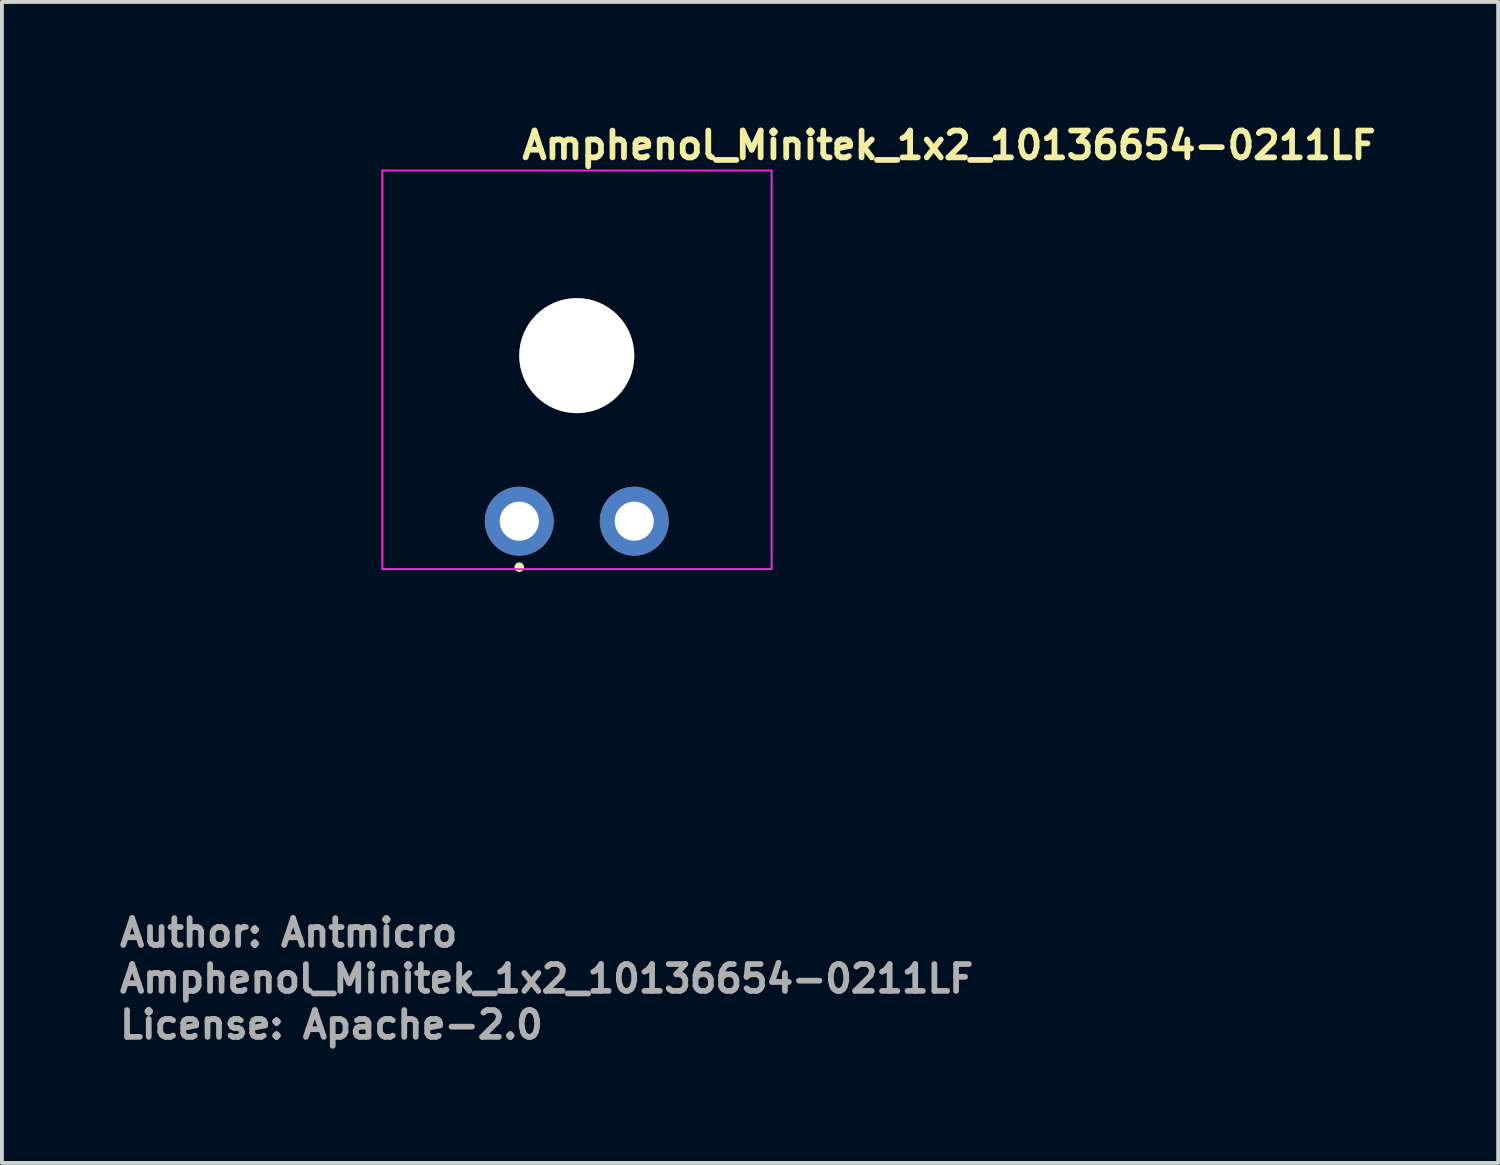
<source format=kicad_pcb>
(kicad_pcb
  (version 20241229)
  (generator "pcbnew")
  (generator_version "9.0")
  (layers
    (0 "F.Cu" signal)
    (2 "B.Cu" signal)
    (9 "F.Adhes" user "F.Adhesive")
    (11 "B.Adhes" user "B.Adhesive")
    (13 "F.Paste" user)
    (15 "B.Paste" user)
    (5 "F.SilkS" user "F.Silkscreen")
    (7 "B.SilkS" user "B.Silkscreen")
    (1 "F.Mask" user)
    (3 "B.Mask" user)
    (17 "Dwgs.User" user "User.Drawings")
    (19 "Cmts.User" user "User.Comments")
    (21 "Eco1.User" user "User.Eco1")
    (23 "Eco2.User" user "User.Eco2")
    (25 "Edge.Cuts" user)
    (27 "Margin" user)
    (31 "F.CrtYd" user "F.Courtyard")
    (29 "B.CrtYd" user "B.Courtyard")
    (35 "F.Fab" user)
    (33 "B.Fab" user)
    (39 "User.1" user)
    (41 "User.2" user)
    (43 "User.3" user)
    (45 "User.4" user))
  (footprint "Amphenol_Minitek_1x2_10136654-0211LF"
    (layer "F.Cu")
    (at 10.5 10.55)
    (property "Reference" "Amphenol_Minitek_1x2_10136654-0211LF" (at 0 -9.4 0) (layer "F.SilkS") (effects (font (size 0.7 0.7) (thickness 0.15)) (justify left bottom)))
    (attr through_hole)
    (fp_circle (center 0 1.2) (end -0.05 1.2) (stroke (width 0.15) (type solid)) (fill yes) (layer "F.SilkS"))
    (fp_rect (start 6.585 1.25) (end -3.575 -9.15) (stroke (width 0.05) (type solid)) (fill no) (layer "F.CrtYd"))
    (fp_rect (start 6.326 1) (end -3.325 -8.9) (stroke (width 0.1) (type solid)) (fill no) (layer "User.5"))
    (fp_line (start -3.325 -7.53) (end -3.325 -0.9) (stroke (width 0.02) (type solid)) (layer "User.9"))
    (fp_line (start -3.325 -0.9) (end -2.375 -0.9) (stroke (width 0.02) (type solid)) (layer "User.9"))
    (fp_line (start -3.325 1) (end -3.325 -0.9) (stroke (width 0.02) (type solid)) (layer "User.9"))
    (fp_line (start -2.375 -8.48) (end -3.325 -7.53) (stroke (width 0.02) (type solid)) (layer "User.9"))
    (fp_line (start -2.375 -0.9) (end -2.375 -8.48) (stroke (width 0.02) (type solid)) (layer "User.9"))
    (fp_line (start -2.375 -0.9) (end -2.375 1) (stroke (width 0.02) (type solid)) (layer "User.9"))
    (fp_line (start -2.375 -0.9) (end 0 -0.9) (stroke (width 0.02) (type solid)) (layer "User.9"))
    (fp_line (start -2.375 1) (end -3.325 1) (stroke (width 0.02) (type solid)) (layer "User.9"))
    (fp_line (start -1.955 -8.9) (end -2.375 -8.48) (stroke (width 0.02) (type solid)) (layer "User.9"))
    (fp_line (start -1.955 -8.9) (end 4.955 -8.9) (stroke (width 0.02) (type solid)) (layer "User.9"))
    (fp_line (start -0.35 -0.32) (end 0.351 -0.32) (stroke (width 0.02) (type solid)) (layer "User.9"))
    (fp_line (start -0.35 0.25) (end -0.319 0.25) (stroke (width 0.02) (type solid)) (layer "User.9"))
    (fp_line (start -0.35 1) (end -2.375 1) (stroke (width 0.02) (type solid)) (layer "User.9"))
    (fp_line (start -0.35 1) (end -0.35 -0.32) (stroke (width 0.02) (type solid)) (layer "User.9"))
    (fp_line (start -0.319 -0.3) (end -0.175 -0.15) (stroke (width 0.02) (type solid)) (layer "User.9"))
    (fp_line (start -0.319 0.34) (end -0.319 -0.3) (stroke (width 0.02) (type solid)) (layer "User.9"))
    (fp_line (start -0.319 0.34) (end 0.32 0.34) (stroke (width 0.02) (type solid)) (layer "User.9"))
    (fp_line (start -0.175 -0.15) (end 0.175 -0.15) (stroke (width 0.02) (type solid)) (layer "User.9"))
    (fp_line (start -0.175 0.19) (end -0.319 0.34) (stroke (width 0.02) (type solid)) (layer "User.9"))
    (fp_line (start -0.175 0.19) (end -0.175 -0.15) (stroke (width 0.02) (type solid)) (layer "User.9"))
    (fp_line (start -0.09 -4.3) (end -0.088 -4.233) (stroke (width 0.02) (type solid)) (layer "User.9"))
    (fp_line (start -0.088 -4.366) (end -0.09 -4.3) (stroke (width 0.02) (type solid)) (layer "User.9"))
    (fp_line (start -0.088 -4.233) (end -0.085 -4.166) (stroke (width 0.02) (type solid)) (layer "User.9"))
    (fp_line (start -0.085 -4.433) (end -0.088 -4.366) (stroke (width 0.02) (type solid)) (layer "User.9"))
    (fp_line (start -0.085 -4.166) (end -0.078 -4.1) (stroke (width 0.02) (type solid)) (layer "User.9"))
    (fp_line (start -0.078 -4.499) (end -0.085 -4.433) (stroke (width 0.02) (type solid)) (layer "User.9"))
    (fp_line (start -0.078 -4.1) (end -0.07 -4.035) (stroke (width 0.02) (type solid)) (layer "User.9"))
    (fp_line (start -0.07 -4.565) (end -0.078 -4.499) (stroke (width 0.02) (type solid)) (layer "User.9"))
    (fp_line (start -0.07 -4.035) (end -0.059 -3.969) (stroke (width 0.02) (type solid)) (layer "User.9"))
    (fp_line (start -0.059 -4.63) (end -0.07 -4.565) (stroke (width 0.02) (type solid)) (layer "User.9"))
    (fp_line (start -0.059 -3.969) (end -0.045 -3.904) (stroke (width 0.02) (type solid)) (layer "User.9"))
    (fp_line (start -0.045 -4.695) (end -0.059 -4.63) (stroke (width 0.02) (type solid)) (layer "User.9"))
    (fp_line (start -0.045 -3.904) (end -0.03 -3.84) (stroke (width 0.02) (type solid)) (layer "User.9"))
    (fp_line (start -0.03 -4.759) (end -0.045 -4.695) (stroke (width 0.02) (type solid)) (layer "User.9"))
    (fp_line (start -0.03 -3.84) (end -0.011 -3.777) (stroke (width 0.02) (type solid)) (layer "User.9"))
    (fp_line (start -0.011 -4.822) (end -0.03 -4.759) (stroke (width 0.02) (type solid)) (layer "User.9"))
    (fp_line (start -0.011 -3.777) (end 0.009 -3.714) (stroke (width 0.02) (type solid)) (layer "User.9"))
    (fp_line (start 0 -7.4) (end 1.101 -7.4) (stroke (width 0.02) (type solid)) (layer "User.9"))
    (fp_line (start 0 -4.86) (end 0 -7.4) (stroke (width 0.02) (type solid)) (layer "User.9"))
    (fp_line (start 0 -0.9) (end 0 -3.739) (stroke (width 0.02) (type solid)) (layer "User.9"))
    (fp_line (start 0.009 -4.885) (end -0.011 -4.822) (stroke (width 0.02) (type solid)) (layer "User.9"))
    (fp_line (start 0.009 -3.714) (end 0.032 -3.652) (stroke (width 0.02) (type solid)) (layer "User.9"))
    (fp_line (start 0.032 -4.947) (end 0.009 -4.885) (stroke (width 0.02) (type solid)) (layer "User.9"))
    (fp_line (start 0.032 -3.652) (end 0.057 -3.591) (stroke (width 0.02) (type solid)) (layer "User.9"))
    (fp_line (start 0.057 -5.008) (end 0.032 -4.947) (stroke (width 0.02) (type solid)) (layer "User.9"))
    (fp_line (start 0.057 -3.591) (end 0.084 -3.53) (stroke (width 0.02) (type solid)) (layer "User.9"))
    (fp_line (start 0.084 -5.069) (end 0.057 -5.008) (stroke (width 0.02) (type solid)) (layer "User.9"))
    (fp_line (start 0.084 -3.53) (end 0.114 -3.471) (stroke (width 0.02) (type solid)) (layer "User.9"))
    (fp_line (start 0.114 -5.128) (end 0.084 -5.069) (stroke (width 0.02) (type solid)) (layer "User.9"))
    (fp_line (start 0.114 -3.471) (end 0.146 -3.413) (stroke (width 0.02) (type solid)) (layer "User.9"))
    (fp_line (start 0.146 -5.186) (end 0.114 -5.128) (stroke (width 0.02) (type solid)) (layer "User.9"))
    (fp_line (start 0.146 -3.413) (end 0.18 -3.356) (stroke (width 0.02) (type solid)) (layer "User.9"))
    (fp_line (start 0.175 -0.15) (end 0.32 -0.3) (stroke (width 0.02) (type solid)) (layer "User.9"))
    (fp_line (start 0.175 0.19) (end -0.175 0.19) (stroke (width 0.02) (type solid)) (layer "User.9"))
    (fp_line (start 0.175 0.19) (end 0.175 -0.15) (stroke (width 0.02) (type solid)) (layer "User.9"))
    (fp_line (start 0.18 -5.243) (end 0.146 -5.186) (stroke (width 0.02) (type solid)) (layer "User.9"))
    (fp_line (start 0.18 -3.356) (end 0.216 -3.3) (stroke (width 0.02) (type solid)) (layer "User.9"))
    (fp_line (start 0.216 -5.3) (end 0.18 -5.243) (stroke (width 0.02) (type solid)) (layer "User.9"))
    (fp_line (start 0.216 -5.3) (end 0.261 -5.216) (stroke (width 0.02) (type solid)) (layer "User.9"))
    (fp_line (start 0.216 -3.299) (end 1.101 -3.299) (stroke (width 0.02) (type solid)) (layer "User.9"))
    (fp_line (start 0.261 -5.216) (end 0.306 -5.135) (stroke (width 0.02) (type solid)) (layer "User.9"))
    (fp_line (start 0.261 -3.383) (end 0.216 -3.299) (stroke (width 0.02) (type solid)) (layer "User.9"))
    (fp_line (start 0.306 -5.135) (end 0.351 -5.057) (stroke (width 0.02) (type solid)) (layer "User.9"))
    (fp_line (start 0.306 -3.464) (end 0.261 -3.383) (stroke (width 0.02) (type solid)) (layer "User.9"))
    (fp_line (start 0.32 -0.3) (end -0.319 -0.3) (stroke (width 0.02) (type solid)) (layer "User.9"))
    (fp_line (start 0.32 0.25) (end 0.351 0.25) (stroke (width 0.02) (type solid)) (layer "User.9"))
    (fp_line (start 0.32 0.34) (end 0.175 0.19) (stroke (width 0.02) (type solid)) (layer "User.9"))
    (fp_line (start 0.32 0.34) (end 0.32 -0.3) (stroke (width 0.02) (type solid)) (layer "User.9"))
    (fp_line (start 0.351 -5.057) (end 0.396 -4.981) (stroke (width 0.02) (type solid)) (layer "User.9"))
    (fp_line (start 0.351 -0.32) (end 0.351 1) (stroke (width 0.02) (type solid)) (layer "User.9"))
    (fp_line (start 0.351 1) (end 2.65 1) (stroke (width 0.02) (type solid)) (layer "User.9"))
    (fp_line (start 0.352 -3.543) (end 0.306 -3.464) (stroke (width 0.02) (type solid)) (layer "User.9"))
    (fp_line (start 0.396 -4.981) (end 0.442 -4.907) (stroke (width 0.02) (type solid)) (layer "User.9"))
    (fp_line (start 0.397 -3.619) (end 0.352 -3.543) (stroke (width 0.02) (type solid)) (layer "User.9"))
    (fp_line (start 0.442 -4.907) (end 0.488 -4.835) (stroke (width 0.02) (type solid)) (layer "User.9"))
    (fp_line (start 0.443 -3.693) (end 0.397 -3.619) (stroke (width 0.02) (type solid)) (layer "User.9"))
    (fp_line (start 0.488 -4.835) (end 0.534 -4.766) (stroke (width 0.02) (type solid)) (layer "User.9"))
    (fp_line (start 0.488 -3.764) (end 0.443 -3.693) (stroke (width 0.02) (type solid)) (layer "User.9"))
    (fp_line (start 0.51 -4.3) (end 0.512 -4.249) (stroke (width 0.02) (type solid)) (layer "User.9"))
    (fp_line (start 0.512 -4.35) (end 0.51 -4.3) (stroke (width 0.02) (type solid)) (layer "User.9"))
    (fp_line (start 0.512 -4.249) (end 0.515 -4.198) (stroke (width 0.02) (type solid)) (layer "User.9"))
    (fp_line (start 0.515 -4.401) (end 0.512 -4.35) (stroke (width 0.02) (type solid)) (layer "User.9"))
    (fp_line (start 0.515 -4.198) (end 0.52 -4.148) (stroke (width 0.02) (type solid)) (layer "User.9"))
    (fp_line (start 0.52 -4.451) (end 0.515 -4.401) (stroke (width 0.02) (type solid)) (layer "User.9"))
    (fp_line (start 0.52 -4.148) (end 0.528 -4.097) (stroke (width 0.02) (type solid)) (layer "User.9"))
    (fp_line (start 0.528 -4.502) (end 0.52 -4.451) (stroke (width 0.02) (type solid)) (layer "User.9"))
    (fp_line (start 0.528 -4.097) (end 0.538 -4.046) (stroke (width 0.02) (type solid)) (layer "User.9"))
    (fp_line (start 0.534 -4.766) (end 0.58 -4.7) (stroke (width 0.02) (type solid)) (layer "User.9"))
    (fp_line (start 0.534 -3.833) (end 0.488 -3.764) (stroke (width 0.02) (type solid)) (layer "User.9"))
    (fp_line (start 0.538 -4.552) (end 0.528 -4.502) (stroke (width 0.02) (type solid)) (layer "User.9"))
    (fp_line (start 0.538 -4.046) (end 0.549 -3.998) (stroke (width 0.02) (type solid)) (layer "User.9"))
    (fp_line (start 0.549 -4.601) (end 0.538 -4.552) (stroke (width 0.02) (type solid)) (layer "User.9"))
    (fp_line (start 0.549 -3.998) (end 0.563 -3.948) (stroke (width 0.02) (type solid)) (layer "User.9"))
    (fp_line (start 0.563 -4.651) (end 0.549 -4.601) (stroke (width 0.02) (type solid)) (layer "User.9"))
    (fp_line (start 0.563 -3.948) (end 0.58 -3.9) (stroke (width 0.02) (type solid)) (layer "User.9"))
    (fp_line (start 0.58 -4.7) (end 0.563 -4.651) (stroke (width 0.02) (type solid)) (layer "User.9"))
    (fp_line (start 0.58 -3.9) (end 0.534 -3.833) (stroke (width 0.02) (type solid)) (layer "User.9"))
    (fp_line (start 1.101 -7.4) (end 1.101 -5.3) (stroke (width 0.02) (type solid)) (layer "User.9"))
    (fp_line (start 1.101 -5.3) (end 0.216 -5.3) (stroke (width 0.02) (type solid)) (layer "User.9"))
    (fp_line (start 1.101 -4.7) (end 0.58 -4.7) (stroke (width 0.02) (type solid)) (layer "User.9"))
    (fp_line (start 1.101 -4.7) (end 1.101 -5.3) (stroke (width 0.02) (type solid)) (layer "User.9"))
    (fp_line (start 1.101 -4.7) (end 1.101 -3.9) (stroke (width 0.02) (type solid)) (layer "User.9"))
    (fp_line (start 1.101 -3.9) (end 0.58 -3.9) (stroke (width 0.02) (type solid)) (layer "User.9"))
    (fp_line (start 1.101 -3.299) (end 1.101 -3.9) (stroke (width 0.02) (type solid)) (layer "User.9"))
    (fp_line (start 1.101 -3.299) (end 1.101 -0.9) (stroke (width 0.02) (type solid)) (layer "User.9"))
    (fp_line (start 1.101 -0.9) (end 0 -0.9) (stroke (width 0.02) (type solid)) (layer "User.9"))
    (fp_line (start 1.101 -0.9) (end 1.9 -0.9) (stroke (width 0.02) (type solid)) (layer "User.9"))
    (fp_line (start 1.9 -7.4) (end 3 -7.4) (stroke (width 0.02) (type solid)) (layer "User.9"))
    (fp_line (start 1.9 -5.3) (end 1.9 -7.4) (stroke (width 0.02) (type solid)) (layer "User.9"))
    (fp_line (start 1.9 -4.7) (end 1.9 -5.3) (stroke (width 0.02) (type solid)) (layer "User.9"))
    (fp_line (start 1.9 -4.7) (end 2.421 -4.7) (stroke (width 0.02) (type solid)) (layer "User.9"))
    (fp_line (start 1.9 -3.9) (end 1.9 -4.7) (stroke (width 0.02) (type solid)) (layer "User.9"))
    (fp_line (start 1.9 -3.9) (end 2.421 -3.9) (stroke (width 0.02) (type solid)) (layer "User.9"))
    (fp_line (start 1.9 -3.299) (end 1.9 -3.9) (stroke (width 0.02) (type solid)) (layer "User.9"))
    (fp_line (start 1.9 -3.299) (end 2.785 -3.299) (stroke (width 0.02) (type solid)) (layer "User.9"))
    (fp_line (start 1.9 -0.9) (end 1.9 -3.299) (stroke (width 0.02) (type solid)) (layer "User.9"))
    (fp_line (start 2.421 -3.9) (end 2.437 -3.948) (stroke (width 0.02) (type solid)) (layer "User.9"))
    (fp_line (start 2.421 -3.9) (end 2.467 -3.833) (stroke (width 0.02) (type solid)) (layer "User.9"))
    (fp_line (start 2.437 -4.651) (end 2.421 -4.7) (stroke (width 0.02) (type solid)) (layer "User.9"))
    (fp_line (start 2.437 -3.948) (end 2.452 -3.998) (stroke (width 0.02) (type solid)) (layer "User.9"))
    (fp_line (start 2.452 -4.601) (end 2.437 -4.651) (stroke (width 0.02) (type solid)) (layer "User.9"))
    (fp_line (start 2.452 -3.998) (end 2.463 -4.046) (stroke (width 0.02) (type solid)) (layer "User.9"))
    (fp_line (start 2.463 -4.552) (end 2.452 -4.601) (stroke (width 0.02) (type solid)) (layer "User.9"))
    (fp_line (start 2.463 -4.046) (end 2.473 -4.097) (stroke (width 0.02) (type solid)) (layer "User.9"))
    (fp_line (start 2.467 -4.766) (end 2.421 -4.7) (stroke (width 0.02) (type solid)) (layer "User.9"))
    (fp_line (start 2.467 -3.833) (end 2.513 -3.764) (stroke (width 0.02) (type solid)) (layer "User.9"))
    (fp_line (start 2.473 -4.502) (end 2.463 -4.552) (stroke (width 0.02) (type solid)) (layer "User.9"))
    (fp_line (start 2.473 -4.097) (end 2.481 -4.148) (stroke (width 0.02) (type solid)) (layer "User.9"))
    (fp_line (start 2.481 -4.451) (end 2.473 -4.502) (stroke (width 0.02) (type solid)) (layer "User.9"))
    (fp_line (start 2.481 -4.148) (end 2.486 -4.198) (stroke (width 0.02) (type solid)) (layer "User.9"))
    (fp_line (start 2.486 -4.401) (end 2.481 -4.451) (stroke (width 0.02) (type solid)) (layer "User.9"))
    (fp_line (start 2.486 -4.198) (end 2.489 -4.249) (stroke (width 0.02) (type solid)) (layer "User.9"))
    (fp_line (start 2.489 -4.35) (end 2.486 -4.401) (stroke (width 0.02) (type solid)) (layer "User.9"))
    (fp_line (start 2.489 -4.249) (end 2.491 -4.3) (stroke (width 0.02) (type solid)) (layer "User.9"))
    (fp_line (start 2.491 -4.3) (end 2.489 -4.35) (stroke (width 0.02) (type solid)) (layer "User.9"))
    (fp_line (start 2.513 -4.835) (end 2.467 -4.766) (stroke (width 0.02) (type solid)) (layer "User.9"))
    (fp_line (start 2.513 -3.764) (end 2.558 -3.693) (stroke (width 0.02) (type solid)) (layer "User.9"))
    (fp_line (start 2.558 -3.693) (end 2.604 -3.619) (stroke (width 0.02) (type solid)) (layer "User.9"))
    (fp_line (start 2.559 -4.907) (end 2.513 -4.835) (stroke (width 0.02) (type solid)) (layer "User.9"))
    (fp_line (start 2.604 -3.619) (end 2.649 -3.543) (stroke (width 0.02) (type solid)) (layer "User.9"))
    (fp_line (start 2.605 -4.981) (end 2.559 -4.907) (stroke (width 0.02) (type solid)) (layer "User.9"))
    (fp_line (start 2.649 -3.543) (end 2.695 -3.464) (stroke (width 0.02) (type solid)) (layer "User.9"))
    (fp_line (start 2.65 -5.057) (end 2.605 -4.981) (stroke (width 0.02) (type solid)) (layer "User.9"))
    (fp_line (start 2.65 -0.32) (end 2.65 1) (stroke (width 0.02) (type solid)) (layer "User.9"))
    (fp_line (start 2.65 -0.32) (end 3.35 -0.32) (stroke (width 0.02) (type solid)) (layer "User.9"))
    (fp_line (start 2.65 0.25) (end 2.681 0.25) (stroke (width 0.02) (type solid)) (layer "User.9"))
    (fp_line (start 2.681 -0.3) (end 2.825 -0.15) (stroke (width 0.02) (type solid)) (layer "User.9"))
    (fp_line (start 2.681 0.34) (end 2.681 -0.3) (stroke (width 0.02) (type solid)) (layer "User.9"))
    (fp_line (start 2.681 0.34) (end 3.32 0.34) (stroke (width 0.02) (type solid)) (layer "User.9"))
    (fp_line (start 2.695 -5.135) (end 2.65 -5.057) (stroke (width 0.02) (type solid)) (layer "User.9"))
    (fp_line (start 2.695 -3.464) (end 2.74 -3.383) (stroke (width 0.02) (type solid)) (layer "User.9"))
    (fp_line (start 2.74 -5.216) (end 2.695 -5.135) (stroke (width 0.02) (type solid)) (layer "User.9"))
    (fp_line (start 2.74 -3.383) (end 2.785 -3.299) (stroke (width 0.02) (type solid)) (layer "User.9"))
    (fp_line (start 2.785 -5.3) (end 1.9 -5.3) (stroke (width 0.02) (type solid)) (layer "User.9"))
    (fp_line (start 2.785 -5.3) (end 2.74 -5.216) (stroke (width 0.02) (type solid)) (layer "User.9"))
    (fp_line (start 2.785 -5.3) (end 2.857 -5.184) (stroke (width 0.02) (type solid)) (layer "User.9"))
    (fp_line (start 2.825 -0.15) (end 3.175 -0.15) (stroke (width 0.02) (type solid)) (layer "User.9"))
    (fp_line (start 2.825 0.19) (end 2.681 0.34) (stroke (width 0.02) (type solid)) (layer "User.9"))
    (fp_line (start 2.825 0.19) (end 2.825 -0.15) (stroke (width 0.02) (type solid)) (layer "User.9"))
    (fp_line (start 2.857 -5.184) (end 2.919 -5.065) (stroke (width 0.02) (type solid)) (layer "User.9"))
    (fp_line (start 2.857 -3.415) (end 2.785 -3.299) (stroke (width 0.02) (type solid)) (layer "User.9"))
    (fp_line (start 2.919 -5.065) (end 2.971 -4.942) (stroke (width 0.02) (type solid)) (layer "User.9"))
    (fp_line (start 2.919 -3.534) (end 2.857 -3.415) (stroke (width 0.02) (type solid)) (layer "User.9"))
    (fp_line (start 2.971 -4.942) (end 3.015 -4.817) (stroke (width 0.02) (type solid)) (layer "User.9"))
    (fp_line (start 2.971 -3.657) (end 2.919 -3.534) (stroke (width 0.02) (type solid)) (layer "User.9"))
    (fp_line (start 3 -7.4) (end 3 -4.86) (stroke (width 0.02) (type solid)) (layer "User.9"))
    (fp_line (start 3 -3.739) (end 3 -0.9) (stroke (width 0.02) (type solid)) (layer "User.9"))
    (fp_line (start 3 -0.9) (end 1.9 -0.9) (stroke (width 0.02) (type solid)) (layer "User.9"))
    (fp_line (start 3.015 -4.817) (end 3.048 -4.69) (stroke (width 0.02) (type solid)) (layer "User.9"))
    (fp_line (start 3.015 -3.782) (end 2.971 -3.657) (stroke (width 0.02) (type solid)) (layer "User.9"))
    (fp_line (start 3.048 -4.69) (end 3.071 -4.56) (stroke (width 0.02) (type solid)) (layer "User.9"))
    (fp_line (start 3.048 -3.909) (end 3.015 -3.782) (stroke (width 0.02) (type solid)) (layer "User.9"))
    (fp_line (start 3.071 -4.56) (end 3.086 -4.43) (stroke (width 0.02) (type solid)) (layer "User.9"))
    (fp_line (start 3.071 -4.038) (end 3.048 -3.909) (stroke (width 0.02) (type solid)) (layer "User.9"))
    (fp_line (start 3.086 -4.43) (end 3.09 -4.3) (stroke (width 0.02) (type solid)) (layer "User.9"))
    (fp_line (start 3.086 -4.169) (end 3.071 -4.038) (stroke (width 0.02) (type solid)) (layer "User.9"))
    (fp_line (start 3.09 -4.3) (end 3.086 -4.169) (stroke (width 0.02) (type solid)) (layer "User.9"))
    (fp_line (start 3.175 -0.15) (end 3.32 -0.3) (stroke (width 0.02) (type solid)) (layer "User.9"))
    (fp_line (start 3.175 0.19) (end 2.825 0.19) (stroke (width 0.02) (type solid)) (layer "User.9"))
    (fp_line (start 3.175 0.19) (end 3.175 -0.15) (stroke (width 0.02) (type solid)) (layer "User.9"))
    (fp_line (start 3.32 -0.3) (end 2.681 -0.3) (stroke (width 0.02) (type solid)) (layer "User.9"))
    (fp_line (start 3.32 0.25) (end 3.35 0.25) (stroke (width 0.02) (type solid)) (layer "User.9"))
    (fp_line (start 3.32 0.34) (end 3.175 0.19) (stroke (width 0.02) (type solid)) (layer "User.9"))
    (fp_line (start 3.32 0.34) (end 3.32 -0.3) (stroke (width 0.02) (type solid)) (layer "User.9"))
    (fp_line (start 3.35 -0.32) (end 3.35 1) (stroke (width 0.02) (type solid)) (layer "User.9"))
    (fp_line (start 3.35 1) (end 5.375 1) (stroke (width 0.02) (type solid)) (layer "User.9"))
    (fp_line (start 5.375 -8.48) (end 4.955 -8.9) (stroke (width 0.02) (type solid)) (layer "User.9"))
    (fp_line (start 5.375 -8.48) (end 5.375 -0.9) (stroke (width 0.02) (type solid)) (layer "User.9"))
    (fp_line (start 5.375 -0.9) (end 3 -0.9) (stroke (width 0.02) (type solid)) (layer "User.9"))
    (fp_line (start 5.375 -0.9) (end 6.326 -0.9) (stroke (width 0.02) (type solid)) (layer "User.9"))
    (fp_line (start 5.375 1) (end 5.375 -0.9) (stroke (width 0.02) (type solid)) (layer "User.9"))
    (fp_line (start 5.375 1) (end 6.326 1) (stroke (width 0.02) (type solid)) (layer "User.9"))
    (fp_line (start 6.326 -7.53) (end 5.375 -8.48) (stroke (width 0.02) (type solid)) (layer "User.9"))
    (fp_line (start 6.326 -0.9) (end 6.326 -7.53) (stroke (width 0.02) (type solid)) (layer "User.9"))
    (fp_line (start 6.326 -0.9) (end 6.326 1) (stroke (width 0.02) (type solid)) (layer "User.9"))
    (fp_text user "License: Apache-2.0" (at -10.5 13.55 0) (layer "F.Fab") (effects (font (size 0.7 0.7) (thickness 0.15)) (justify left bottom)))
    (fp_text user "${REFERENCE}" (at -10.5 12.35 0) (layer "F.Fab") (effects (font (size 0.7 0.7) (thickness 0.15)) (justify left bottom)))
    (fp_text user "Author: Antmicro" (at -10.5 11.15 0) (layer "F.Fab") (effects (font (size 0.7 0.7) (thickness 0.15)) (justify left bottom)))
    (pad "" thru_hole circle (at 1.5 -4.32 180) (size 3 3) (drill 3) (layers "*.Cu" "*.Mask"))
    (pad "1" thru_hole circle (at 0 0 180) (size 1.8 1.8) (drill 1.02) (layers "*.Cu" "*.Mask"))
    (pad "2" thru_hole circle (at 3 0 180) (size 1.8 1.8) (drill 1.02) (layers "*.Cu" "*.Mask")))
  (gr_rect
    (start -3 -3)
    (end 36.043 27.296)
    (stroke (width 0.1) (type default))
    (fill no)
    (layer "Edge.Cuts")))
</source>
